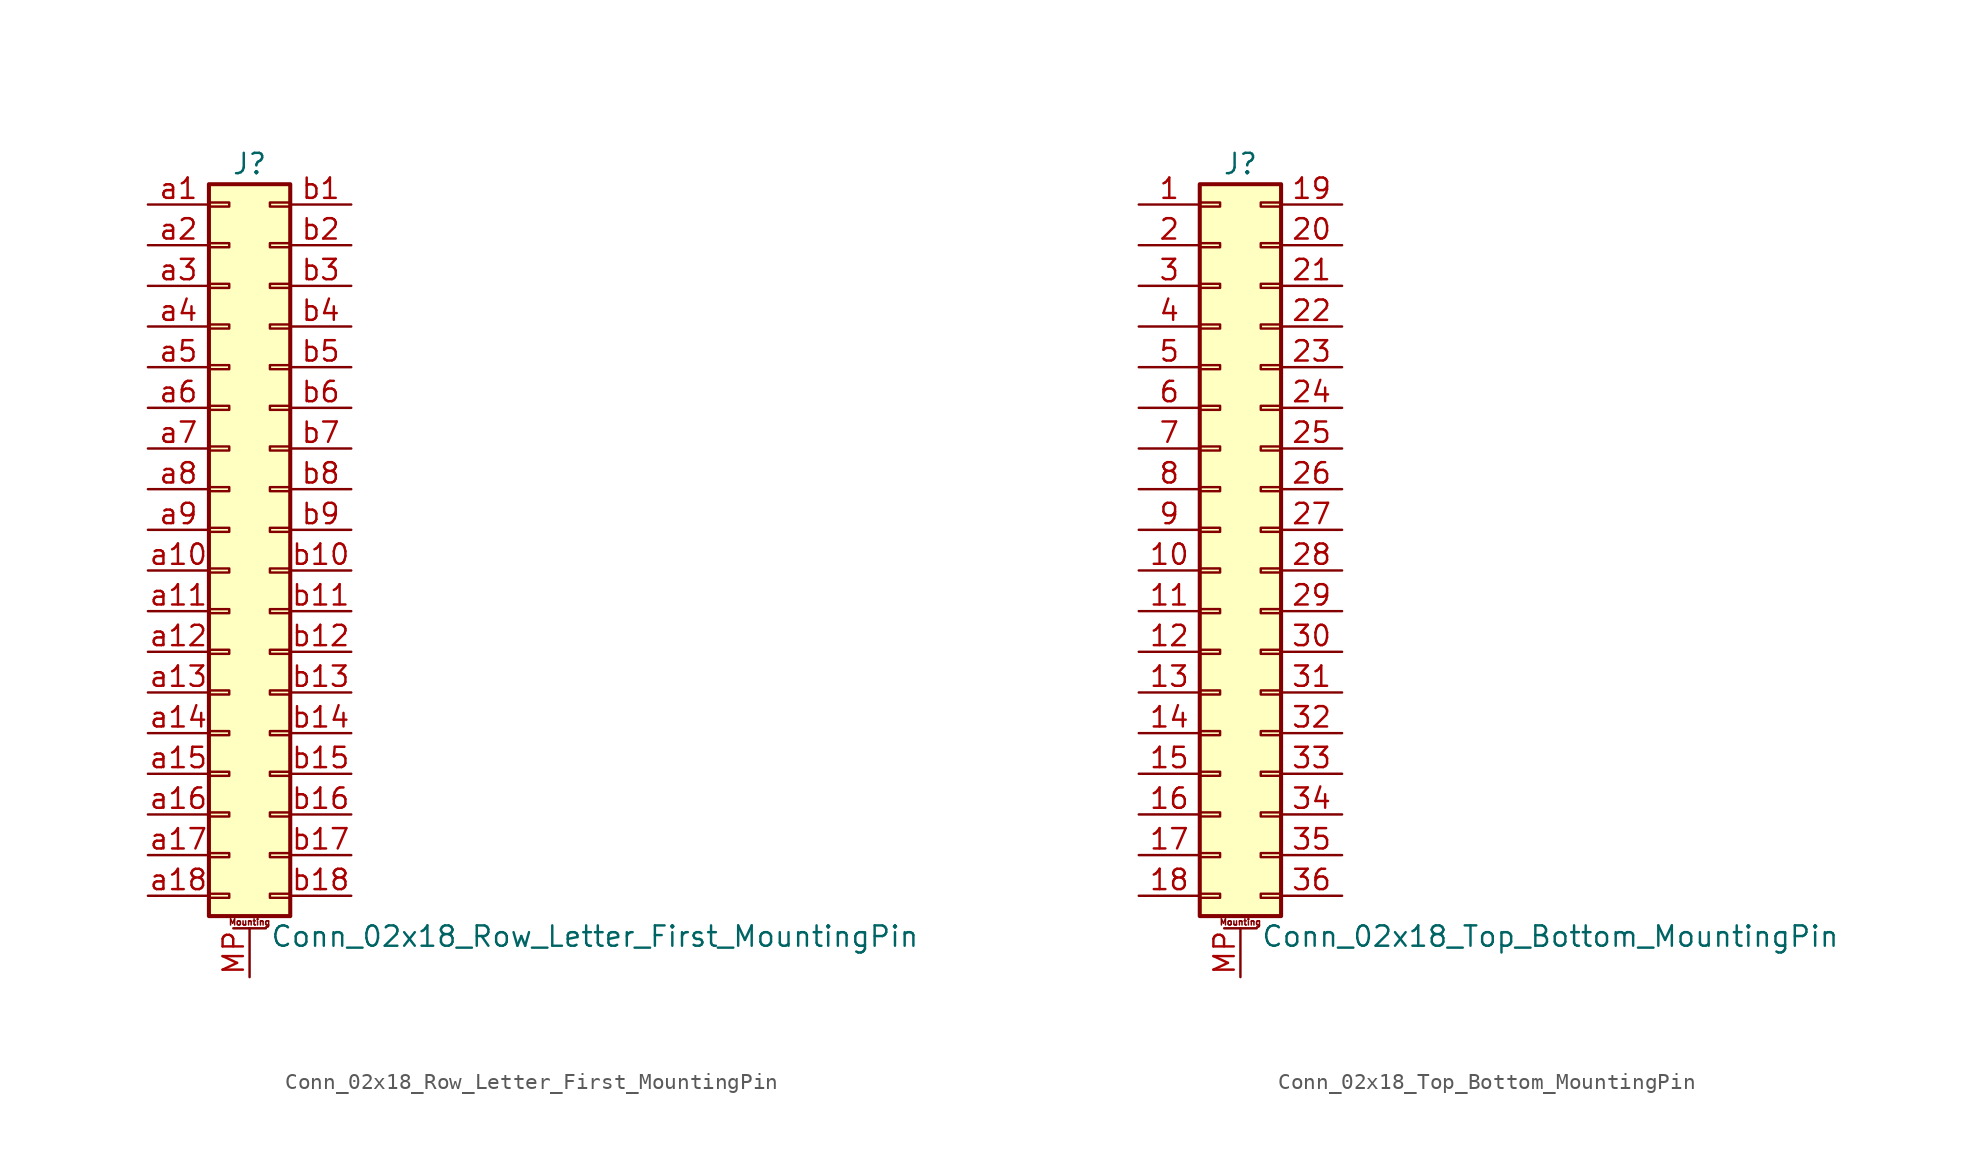
<source format=kicad_sym>
(kicad_symbol_lib
  (version 20201005)
  (generator kicad_symbol_editor)
  (symbol "Connector_Generic_MountingPin:Conn_02x18_Row_Letter_First_MountingPin"
    (pin_names
      (offset 1.016) hide)
    (property "Reference" "J"
      (at 1.27 22.86 0)
      (effects (font (size 1.27 1.27))))
    (property "Value" "Conn_02x18_Row_Letter_First_MountingPin"
      (at 2.54 -25.4 0)
      (effects (font (size 1.27 1.27)) (justify left)))
    (symbol "Conn_02x18_Row_Letter_First_MountingPin_1_1"
      (text "Mounting" (at 1.27 -24.511 0) (effects (font (size 0.381 0.381))))
      (rectangle (start -1.27 -4.953) (end 0 -5.207) (stroke (width 0.152)) (fill (type none)))
      (rectangle (start -1.27 -7.493) (end 0 -7.747) (stroke (width 0.152)) (fill (type none)))
      (rectangle (start -1.27 -10.033) (end 0 -10.287) (stroke (width 0.152)) (fill (type none)))
      (rectangle (start -1.27 -12.573) (end 0 -12.827) (stroke (width 0.152)) (fill (type none)))
      (rectangle (start -1.27 -15.113) (end 0 -15.367) (stroke (width 0.152)) (fill (type none)))
      (rectangle (start -1.27 -17.653) (end 0 -17.907) (stroke (width 0.152)) (fill (type none)))
      (rectangle (start -1.27 -20.193) (end 0 -20.447) (stroke (width 0.152)) (fill (type none)))
      (rectangle (start -1.27 -22.733) (end 0 -22.987) (stroke (width 0.152)) (fill (type none)))
      (rectangle (start -1.27 -2.413) (end 0 -2.667) (stroke (width 0.152)) (fill (type none)))
      (rectangle (start -1.27 2.667) (end 0 2.413) (stroke (width 0.152)) (fill (type none)))
      (rectangle (start -1.27 5.207) (end 0 4.953) (stroke (width 0.152)) (fill (type none)))
      (rectangle (start -1.27 7.747) (end 0 7.493) (stroke (width 0.152)) (fill (type none)))
      (rectangle (start -1.27 10.287) (end 0 10.033) (stroke (width 0.152)) (fill (type none)))
      (rectangle (start -1.27 0.127) (end 0 -0.127) (stroke (width 0.152)) (fill (type none)))
      (rectangle (start -1.27 12.827) (end 0 12.573) (stroke (width 0.152)) (fill (type none)))
      (rectangle (start -1.27 15.367) (end 0 15.113) (stroke (width 0.152)) (fill (type none)))
      (rectangle (start -1.27 17.907) (end 0 17.653) (stroke (width 0.152)) (fill (type none)))
      (rectangle (start -1.27 20.447) (end 0 20.193) (stroke (width 0.152)) (fill (type none)))
      (rectangle (start -1.27 21.59) (end 3.81 -24.13) (stroke (width 0.254)) (fill (type background)))
      (rectangle (start 3.81 -4.953) (end 2.54 -5.207) (stroke (width 0.152)) (fill (type none)))
      (rectangle (start 3.81 -7.493) (end 2.54 -7.747) (stroke (width 0.152)) (fill (type none)))
      (rectangle (start 3.81 -10.033) (end 2.54 -10.287) (stroke (width 0.152)) (fill (type none)))
      (rectangle (start 3.81 -12.573) (end 2.54 -12.827) (stroke (width 0.152)) (fill (type none)))
      (rectangle (start 3.81 -15.113) (end 2.54 -15.367) (stroke (width 0.152)) (fill (type none)))
      (rectangle (start 3.81 -17.653) (end 2.54 -17.907) (stroke (width 0.152)) (fill (type none)))
      (rectangle (start 3.81 -20.193) (end 2.54 -20.447) (stroke (width 0.152)) (fill (type none)))
      (rectangle (start 3.81 -22.733) (end 2.54 -22.987) (stroke (width 0.152)) (fill (type none)))
      (rectangle (start 3.81 -2.413) (end 2.54 -2.667) (stroke (width 0.152)) (fill (type none)))
      (rectangle (start 3.81 2.667) (end 2.54 2.413) (stroke (width 0.152)) (fill (type none)))
      (rectangle (start 3.81 5.207) (end 2.54 4.953) (stroke (width 0.152)) (fill (type none)))
      (rectangle (start 3.81 7.747) (end 2.54 7.493) (stroke (width 0.152)) (fill (type none)))
      (rectangle (start 3.81 10.287) (end 2.54 10.033) (stroke (width 0.152)) (fill (type none)))
      (rectangle (start 3.81 0.127) (end 2.54 -0.127) (stroke (width 0.152)) (fill (type none)))
      (rectangle (start 3.81 12.827) (end 2.54 12.573) (stroke (width 0.152)) (fill (type none)))
      (rectangle (start 3.81 15.367) (end 2.54 15.113) (stroke (width 0.152)) (fill (type none)))
      (rectangle (start 3.81 17.907) (end 2.54 17.653) (stroke (width 0.152)) (fill (type none)))
      (rectangle (start 3.81 20.447) (end 2.54 20.193) (stroke (width 0.152)) (fill (type none)))
      (polyline (pts (xy 0.254 -24.892) (xy 2.286 -24.892)) (stroke (width 0.152)) (fill (type none)))
      (pin passive line (at 1.27 -27.94 90) (length 3.048) (name "MountPin" (effects (font (size 1.27 1.27)))) (number "MP" (effects (font (size 1.27 1.27)))))
      (pin passive line (at -5.08 20.32 0) (length 3.81) (name "Pin_a1" (effects (font (size 1.27 1.27)))) (number "a1" (effects (font (size 1.27 1.27)))))
      (pin passive line (at -5.08 -2.54 0) (length 3.81) (name "Pin_a10" (effects (font (size 1.27 1.27)))) (number "a10" (effects (font (size 1.27 1.27)))))
      (pin passive line (at -5.08 -5.08 0) (length 3.81) (name "Pin_a11" (effects (font (size 1.27 1.27)))) (number "a11" (effects (font (size 1.27 1.27)))))
      (pin passive line (at -5.08 -7.62 0) (length 3.81) (name "Pin_a12" (effects (font (size 1.27 1.27)))) (number "a12" (effects (font (size 1.27 1.27)))))
      (pin passive line (at -5.08 -10.16 0) (length 3.81) (name "Pin_a13" (effects (font (size 1.27 1.27)))) (number "a13" (effects (font (size 1.27 1.27)))))
      (pin passive line (at -5.08 -12.7 0) (length 3.81) (name "Pin_a14" (effects (font (size 1.27 1.27)))) (number "a14" (effects (font (size 1.27 1.27)))))
      (pin passive line (at -5.08 -15.24 0) (length 3.81) (name "Pin_a15" (effects (font (size 1.27 1.27)))) (number "a15" (effects (font (size 1.27 1.27)))))
      (pin passive line (at -5.08 -17.78 0) (length 3.81) (name "Pin_a16" (effects (font (size 1.27 1.27)))) (number "a16" (effects (font (size 1.27 1.27)))))
      (pin passive line (at -5.08 -20.32 0) (length 3.81) (name "Pin_a17" (effects (font (size 1.27 1.27)))) (number "a17" (effects (font (size 1.27 1.27)))))
      (pin passive line (at -5.08 -22.86 0) (length 3.81) (name "Pin_a18" (effects (font (size 1.27 1.27)))) (number "a18" (effects (font (size 1.27 1.27)))))
      (pin passive line (at -5.08 17.78 0) (length 3.81) (name "Pin_a2" (effects (font (size 1.27 1.27)))) (number "a2" (effects (font (size 1.27 1.27)))))
      (pin passive line (at -5.08 15.24 0) (length 3.81) (name "Pin_a3" (effects (font (size 1.27 1.27)))) (number "a3" (effects (font (size 1.27 1.27)))))
      (pin passive line (at -5.08 12.7 0) (length 3.81) (name "Pin_a4" (effects (font (size 1.27 1.27)))) (number "a4" (effects (font (size 1.27 1.27)))))
      (pin passive line (at -5.08 10.16 0) (length 3.81) (name "Pin_a5" (effects (font (size 1.27 1.27)))) (number "a5" (effects (font (size 1.27 1.27)))))
      (pin passive line (at -5.08 7.62 0) (length 3.81) (name "Pin_a6" (effects (font (size 1.27 1.27)))) (number "a6" (effects (font (size 1.27 1.27)))))
      (pin passive line (at -5.08 5.08 0) (length 3.81) (name "Pin_a7" (effects (font (size 1.27 1.27)))) (number "a7" (effects (font (size 1.27 1.27)))))
      (pin passive line (at -5.08 2.54 0) (length 3.81) (name "Pin_a8" (effects (font (size 1.27 1.27)))) (number "a8" (effects (font (size 1.27 1.27)))))
      (pin passive line (at -5.08 0 0) (length 3.81) (name "Pin_a9" (effects (font (size 1.27 1.27)))) (number "a9" (effects (font (size 1.27 1.27)))))
      (pin passive line (at 7.62 20.32 180) (length 3.81) (name "Pin_b1" (effects (font (size 1.27 1.27)))) (number "b1" (effects (font (size 1.27 1.27)))))
      (pin passive line (at 7.62 -2.54 180) (length 3.81) (name "Pin_b10" (effects (font (size 1.27 1.27)))) (number "b10" (effects (font (size 1.27 1.27)))))
      (pin passive line (at 7.62 -5.08 180) (length 3.81) (name "Pin_b11" (effects (font (size 1.27 1.27)))) (number "b11" (effects (font (size 1.27 1.27)))))
      (pin passive line (at 7.62 -7.62 180) (length 3.81) (name "Pin_b12" (effects (font (size 1.27 1.27)))) (number "b12" (effects (font (size 1.27 1.27)))))
      (pin passive line (at 7.62 -10.16 180) (length 3.81) (name "Pin_b13" (effects (font (size 1.27 1.27)))) (number "b13" (effects (font (size 1.27 1.27)))))
      (pin passive line (at 7.62 -12.7 180) (length 3.81) (name "Pin_b14" (effects (font (size 1.27 1.27)))) (number "b14" (effects (font (size 1.27 1.27)))))
      (pin passive line (at 7.62 -15.24 180) (length 3.81) (name "Pin_b15" (effects (font (size 1.27 1.27)))) (number "b15" (effects (font (size 1.27 1.27)))))
      (pin passive line (at 7.62 -17.78 180) (length 3.81) (name "Pin_b16" (effects (font (size 1.27 1.27)))) (number "b16" (effects (font (size 1.27 1.27)))))
      (pin passive line (at 7.62 -20.32 180) (length 3.81) (name "Pin_b17" (effects (font (size 1.27 1.27)))) (number "b17" (effects (font (size 1.27 1.27)))))
      (pin passive line (at 7.62 -22.86 180) (length 3.81) (name "Pin_b18" (effects (font (size 1.27 1.27)))) (number "b18" (effects (font (size 1.27 1.27)))))
      (pin passive line (at 7.62 17.78 180) (length 3.81) (name "Pin_b2" (effects (font (size 1.27 1.27)))) (number "b2" (effects (font (size 1.27 1.27)))))
      (pin passive line (at 7.62 15.24 180) (length 3.81) (name "Pin_b3" (effects (font (size 1.27 1.27)))) (number "b3" (effects (font (size 1.27 1.27)))))
      (pin passive line (at 7.62 12.7 180) (length 3.81) (name "Pin_b4" (effects (font (size 1.27 1.27)))) (number "b4" (effects (font (size 1.27 1.27)))))
      (pin passive line (at 7.62 10.16 180) (length 3.81) (name "Pin_b5" (effects (font (size 1.27 1.27)))) (number "b5" (effects (font (size 1.27 1.27)))))
      (pin passive line (at 7.62 7.62 180) (length 3.81) (name "Pin_b6" (effects (font (size 1.27 1.27)))) (number "b6" (effects (font (size 1.27 1.27)))))
      (pin passive line (at 7.62 5.08 180) (length 3.81) (name "Pin_b7" (effects (font (size 1.27 1.27)))) (number "b7" (effects (font (size 1.27 1.27)))))
      (pin passive line (at 7.62 2.54 180) (length 3.81) (name "Pin_b8" (effects (font (size 1.27 1.27)))) (number "b8" (effects (font (size 1.27 1.27)))))
      (pin passive line (at 7.62 0 180) (length 3.81) (name "Pin_b9" (effects (font (size 1.27 1.27)))) (number "b9" (effects (font (size 1.27 1.27)))))))
  (symbol "Connector_Generic_MountingPin:Conn_02x18_Top_Bottom_MountingPin"
    (pin_names
      (offset 1.016) hide)
    (property "Reference" "J"
      (at 1.27 22.86 0)
      (effects (font (size 1.27 1.27))))
    (property "Value" "Conn_02x18_Top_Bottom_MountingPin"
      (at 2.54 -25.4 0)
      (effects (font (size 1.27 1.27)) (justify left)))
    (symbol "Conn_02x18_Top_Bottom_MountingPin_1_1"
      (text "Mounting" (at 1.27 -24.511 0) (effects (font (size 0.381 0.381))))
      (rectangle (start -1.27 -4.953) (end 0 -5.207) (stroke (width 0.152)) (fill (type none)))
      (rectangle (start -1.27 -7.493) (end 0 -7.747) (stroke (width 0.152)) (fill (type none)))
      (rectangle (start -1.27 -10.033) (end 0 -10.287) (stroke (width 0.152)) (fill (type none)))
      (rectangle (start -1.27 -12.573) (end 0 -12.827) (stroke (width 0.152)) (fill (type none)))
      (rectangle (start -1.27 -15.113) (end 0 -15.367) (stroke (width 0.152)) (fill (type none)))
      (rectangle (start -1.27 -17.653) (end 0 -17.907) (stroke (width 0.152)) (fill (type none)))
      (rectangle (start -1.27 -20.193) (end 0 -20.447) (stroke (width 0.152)) (fill (type none)))
      (rectangle (start -1.27 -22.733) (end 0 -22.987) (stroke (width 0.152)) (fill (type none)))
      (rectangle (start -1.27 -2.413) (end 0 -2.667) (stroke (width 0.152)) (fill (type none)))
      (rectangle (start -1.27 2.667) (end 0 2.413) (stroke (width 0.152)) (fill (type none)))
      (rectangle (start -1.27 5.207) (end 0 4.953) (stroke (width 0.152)) (fill (type none)))
      (rectangle (start -1.27 7.747) (end 0 7.493) (stroke (width 0.152)) (fill (type none)))
      (rectangle (start -1.27 10.287) (end 0 10.033) (stroke (width 0.152)) (fill (type none)))
      (rectangle (start -1.27 0.127) (end 0 -0.127) (stroke (width 0.152)) (fill (type none)))
      (rectangle (start -1.27 12.827) (end 0 12.573) (stroke (width 0.152)) (fill (type none)))
      (rectangle (start -1.27 15.367) (end 0 15.113) (stroke (width 0.152)) (fill (type none)))
      (rectangle (start -1.27 17.907) (end 0 17.653) (stroke (width 0.152)) (fill (type none)))
      (rectangle (start -1.27 20.447) (end 0 20.193) (stroke (width 0.152)) (fill (type none)))
      (rectangle (start -1.27 21.59) (end 3.81 -24.13) (stroke (width 0.254)) (fill (type background)))
      (rectangle (start 3.81 -4.953) (end 2.54 -5.207) (stroke (width 0.152)) (fill (type none)))
      (rectangle (start 3.81 -7.493) (end 2.54 -7.747) (stroke (width 0.152)) (fill (type none)))
      (rectangle (start 3.81 -10.033) (end 2.54 -10.287) (stroke (width 0.152)) (fill (type none)))
      (rectangle (start 3.81 -12.573) (end 2.54 -12.827) (stroke (width 0.152)) (fill (type none)))
      (rectangle (start 3.81 -15.113) (end 2.54 -15.367) (stroke (width 0.152)) (fill (type none)))
      (rectangle (start 3.81 -17.653) (end 2.54 -17.907) (stroke (width 0.152)) (fill (type none)))
      (rectangle (start 3.81 -20.193) (end 2.54 -20.447) (stroke (width 0.152)) (fill (type none)))
      (rectangle (start 3.81 -22.733) (end 2.54 -22.987) (stroke (width 0.152)) (fill (type none)))
      (rectangle (start 3.81 -2.413) (end 2.54 -2.667) (stroke (width 0.152)) (fill (type none)))
      (rectangle (start 3.81 2.667) (end 2.54 2.413) (stroke (width 0.152)) (fill (type none)))
      (rectangle (start 3.81 5.207) (end 2.54 4.953) (stroke (width 0.152)) (fill (type none)))
      (rectangle (start 3.81 7.747) (end 2.54 7.493) (stroke (width 0.152)) (fill (type none)))
      (rectangle (start 3.81 10.287) (end 2.54 10.033) (stroke (width 0.152)) (fill (type none)))
      (rectangle (start 3.81 0.127) (end 2.54 -0.127) (stroke (width 0.152)) (fill (type none)))
      (rectangle (start 3.81 12.827) (end 2.54 12.573) (stroke (width 0.152)) (fill (type none)))
      (rectangle (start 3.81 15.367) (end 2.54 15.113) (stroke (width 0.152)) (fill (type none)))
      (rectangle (start 3.81 17.907) (end 2.54 17.653) (stroke (width 0.152)) (fill (type none)))
      (rectangle (start 3.81 20.447) (end 2.54 20.193) (stroke (width 0.152)) (fill (type none)))
      (polyline (pts (xy 0.254 -24.892) (xy 2.286 -24.892)) (stroke (width 0.152)) (fill (type none)))
      (pin passive line (at 1.27 -27.94 90) (length 3.048) (name "MountPin" (effects (font (size 1.27 1.27)))) (number "MP" (effects (font (size 1.27 1.27)))))
      (pin passive line (at -5.08 20.32 0) (length 3.81) (name "Pin_1" (effects (font (size 1.27 1.27)))) (number "1" (effects (font (size 1.27 1.27)))))
      (pin passive line (at -5.08 -2.54 0) (length 3.81) (name "Pin_10" (effects (font (size 1.27 1.27)))) (number "10" (effects (font (size 1.27 1.27)))))
      (pin passive line (at -5.08 -5.08 0) (length 3.81) (name "Pin_11" (effects (font (size 1.27 1.27)))) (number "11" (effects (font (size 1.27 1.27)))))
      (pin passive line (at -5.08 -7.62 0) (length 3.81) (name "Pin_12" (effects (font (size 1.27 1.27)))) (number "12" (effects (font (size 1.27 1.27)))))
      (pin passive line (at -5.08 -10.16 0) (length 3.81) (name "Pin_13" (effects (font (size 1.27 1.27)))) (number "13" (effects (font (size 1.27 1.27)))))
      (pin passive line (at -5.08 -12.7 0) (length 3.81) (name "Pin_14" (effects (font (size 1.27 1.27)))) (number "14" (effects (font (size 1.27 1.27)))))
      (pin passive line (at -5.08 -15.24 0) (length 3.81) (name "Pin_15" (effects (font (size 1.27 1.27)))) (number "15" (effects (font (size 1.27 1.27)))))
      (pin passive line (at -5.08 -17.78 0) (length 3.81) (name "Pin_16" (effects (font (size 1.27 1.27)))) (number "16" (effects (font (size 1.27 1.27)))))
      (pin passive line (at -5.08 -20.32 0) (length 3.81) (name "Pin_17" (effects (font (size 1.27 1.27)))) (number "17" (effects (font (size 1.27 1.27)))))
      (pin passive line (at -5.08 -22.86 0) (length 3.81) (name "Pin_18" (effects (font (size 1.27 1.27)))) (number "18" (effects (font (size 1.27 1.27)))))
      (pin passive line (at 7.62 20.32 180) (length 3.81) (name "Pin_19" (effects (font (size 1.27 1.27)))) (number "19" (effects (font (size 1.27 1.27)))))
      (pin passive line (at -5.08 17.78 0) (length 3.81) (name "Pin_2" (effects (font (size 1.27 1.27)))) (number "2" (effects (font (size 1.27 1.27)))))
      (pin passive line (at 7.62 17.78 180) (length 3.81) (name "Pin_20" (effects (font (size 1.27 1.27)))) (number "20" (effects (font (size 1.27 1.27)))))
      (pin passive line (at 7.62 15.24 180) (length 3.81) (name "Pin_21" (effects (font (size 1.27 1.27)))) (number "21" (effects (font (size 1.27 1.27)))))
      (pin passive line (at 7.62 12.7 180) (length 3.81) (name "Pin_22" (effects (font (size 1.27 1.27)))) (number "22" (effects (font (size 1.27 1.27)))))
      (pin passive line (at 7.62 10.16 180) (length 3.81) (name "Pin_23" (effects (font (size 1.27 1.27)))) (number "23" (effects (font (size 1.27 1.27)))))
      (pin passive line (at 7.62 7.62 180) (length 3.81) (name "Pin_24" (effects (font (size 1.27 1.27)))) (number "24" (effects (font (size 1.27 1.27)))))
      (pin passive line (at 7.62 5.08 180) (length 3.81) (name "Pin_25" (effects (font (size 1.27 1.27)))) (number "25" (effects (font (size 1.27 1.27)))))
      (pin passive line (at 7.62 2.54 180) (length 3.81) (name "Pin_26" (effects (font (size 1.27 1.27)))) (number "26" (effects (font (size 1.27 1.27)))))
      (pin passive line (at 7.62 0 180) (length 3.81) (name "Pin_27" (effects (font (size 1.27 1.27)))) (number "27" (effects (font (size 1.27 1.27)))))
      (pin passive line (at 7.62 -2.54 180) (length 3.81) (name "Pin_28" (effects (font (size 1.27 1.27)))) (number "28" (effects (font (size 1.27 1.27)))))
      (pin passive line (at 7.62 -5.08 180) (length 3.81) (name "Pin_29" (effects (font (size 1.27 1.27)))) (number "29" (effects (font (size 1.27 1.27)))))
      (pin passive line (at -5.08 15.24 0) (length 3.81) (name "Pin_3" (effects (font (size 1.27 1.27)))) (number "3" (effects (font (size 1.27 1.27)))))
      (pin passive line (at 7.62 -7.62 180) (length 3.81) (name "Pin_30" (effects (font (size 1.27 1.27)))) (number "30" (effects (font (size 1.27 1.27)))))
      (pin passive line (at 7.62 -10.16 180) (length 3.81) (name "Pin_31" (effects (font (size 1.27 1.27)))) (number "31" (effects (font (size 1.27 1.27)))))
      (pin passive line (at 7.62 -12.7 180) (length 3.81) (name "Pin_32" (effects (font (size 1.27 1.27)))) (number "32" (effects (font (size 1.27 1.27)))))
      (pin passive line (at 7.62 -15.24 180) (length 3.81) (name "Pin_33" (effects (font (size 1.27 1.27)))) (number "33" (effects (font (size 1.27 1.27)))))
      (pin passive line (at 7.62 -17.78 180) (length 3.81) (name "Pin_34" (effects (font (size 1.27 1.27)))) (number "34" (effects (font (size 1.27 1.27)))))
      (pin passive line (at 7.62 -20.32 180) (length 3.81) (name "Pin_35" (effects (font (size 1.27 1.27)))) (number "35" (effects (font (size 1.27 1.27)))))
      (pin passive line (at 7.62 -22.86 180) (length 3.81) (name "Pin_36" (effects (font (size 1.27 1.27)))) (number "36" (effects (font (size 1.27 1.27)))))
      (pin passive line (at -5.08 12.7 0) (length 3.81) (name "Pin_4" (effects (font (size 1.27 1.27)))) (number "4" (effects (font (size 1.27 1.27)))))
      (pin passive line (at -5.08 10.16 0) (length 3.81) (name "Pin_5" (effects (font (size 1.27 1.27)))) (number "5" (effects (font (size 1.27 1.27)))))
      (pin passive line (at -5.08 7.62 0) (length 3.81) (name "Pin_6" (effects (font (size 1.27 1.27)))) (number "6" (effects (font (size 1.27 1.27)))))
      (pin passive line (at -5.08 5.08 0) (length 3.81) (name "Pin_7" (effects (font (size 1.27 1.27)))) (number "7" (effects (font (size 1.27 1.27)))))
      (pin passive line (at -5.08 2.54 0) (length 3.81) (name "Pin_8" (effects (font (size 1.27 1.27)))) (number "8" (effects (font (size 1.27 1.27)))))
      (pin passive line (at -5.08 0 0) (length 3.81) (name "Pin_9" (effects (font (size 1.27 1.27)))) (number "9" (effects (font (size 1.27 1.27))))))))
</source>
